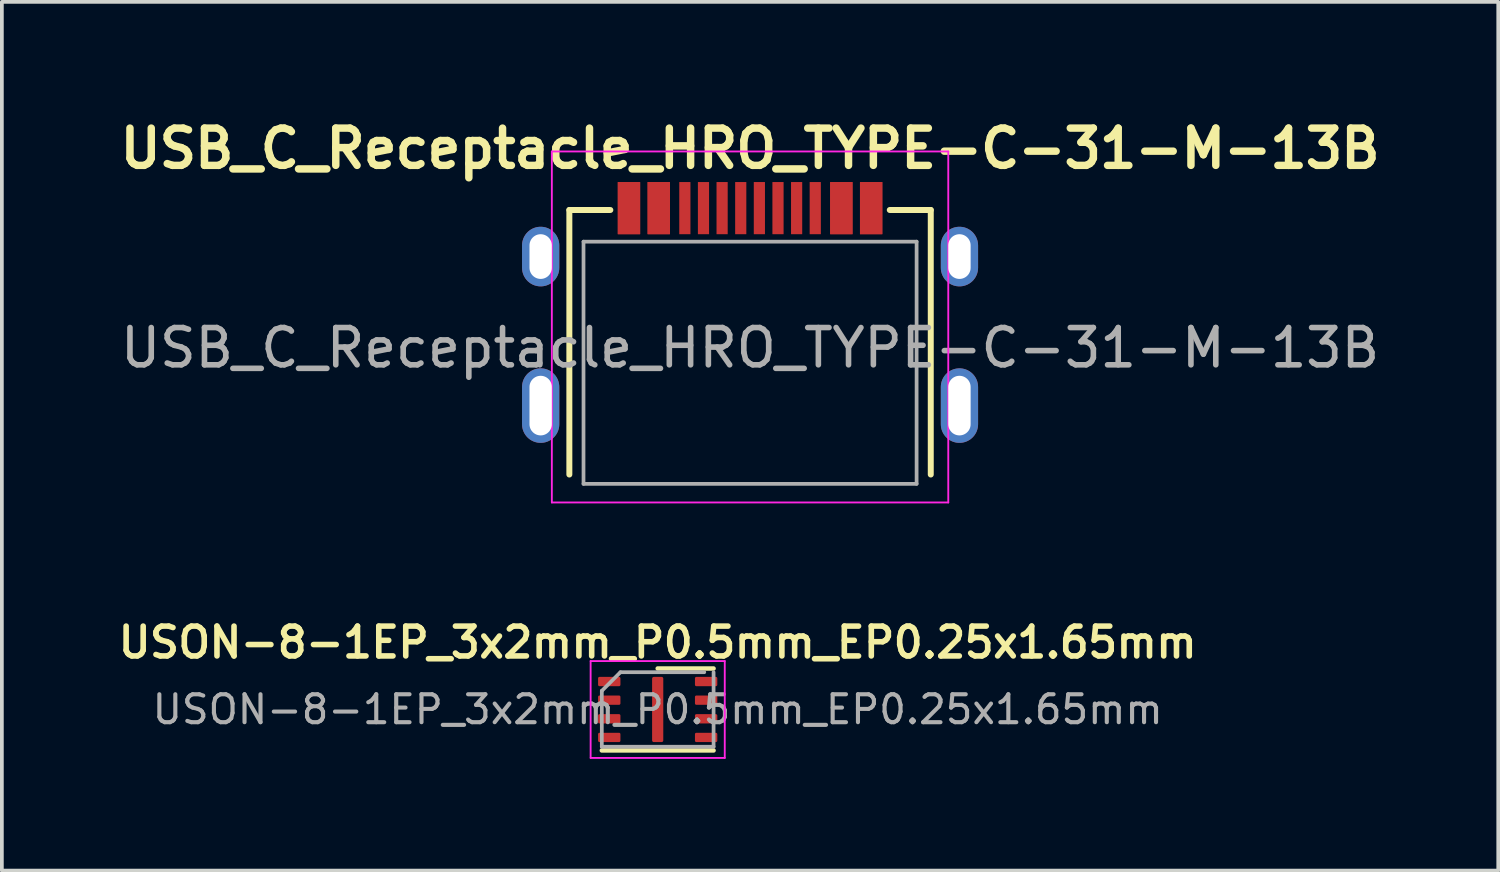
<source format=kicad_pcb>
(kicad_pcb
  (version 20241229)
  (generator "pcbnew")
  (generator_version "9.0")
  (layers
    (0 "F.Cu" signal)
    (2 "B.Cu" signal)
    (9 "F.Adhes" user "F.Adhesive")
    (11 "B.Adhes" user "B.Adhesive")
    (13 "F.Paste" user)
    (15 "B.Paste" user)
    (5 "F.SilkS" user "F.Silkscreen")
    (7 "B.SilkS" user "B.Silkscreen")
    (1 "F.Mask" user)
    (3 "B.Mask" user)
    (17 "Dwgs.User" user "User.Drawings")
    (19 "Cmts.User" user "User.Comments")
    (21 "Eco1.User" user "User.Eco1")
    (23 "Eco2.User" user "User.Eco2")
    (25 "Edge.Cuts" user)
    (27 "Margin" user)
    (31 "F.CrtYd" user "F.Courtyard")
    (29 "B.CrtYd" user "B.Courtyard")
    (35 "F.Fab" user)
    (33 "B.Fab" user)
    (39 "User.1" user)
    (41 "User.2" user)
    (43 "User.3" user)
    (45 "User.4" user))
  (footprint "USON-8-1EP_3x2mm_P0.5mm_EP0.25x1.65mm"
    (layer "F.Cu")
    (at 14.602 15.992)
    (property "Reference" "USON-8-1EP_3x2mm_P0.5mm_EP0.25x1.65mm" (at 0 -1.8 0) (layer "F.SilkS") (effects (font (size 0.8 0.8) (thickness 0.15))))
    (attr smd)
    (fp_line (start -1.5 1.1) (end 1.5 1.1) (stroke (width 0.12) (type solid)) (layer "F.SilkS"))
    (fp_line (start 0 -1.1) (end 1.5 -1.1) (stroke (width 0.12) (type solid)) (layer "F.SilkS"))
    (fp_line (start -1.8 -1.3) (end -1.8 1.3) (stroke (width 0.05) (type solid)) (layer "F.CrtYd"))
    (fp_line (start -1.8 1.3) (end 1.8 1.3) (stroke (width 0.05) (type solid)) (layer "F.CrtYd"))
    (fp_line (start 1.8 -1.3) (end -1.8 -1.3) (stroke (width 0.05) (type solid)) (layer "F.CrtYd"))
    (fp_line (start 1.8 1.3) (end 1.8 -1.3) (stroke (width 0.05) (type solid)) (layer "F.CrtYd"))
    (fp_line (start -1.5 -0.5) (end -1 -1) (stroke (width 0.1) (type solid)) (layer "F.Fab"))
    (fp_line (start -1.5 1) (end -1.5 -0.5) (stroke (width 0.1) (type solid)) (layer "F.Fab"))
    (fp_line (start -1 -1) (end 1.25 -1) (stroke (width 0.1) (type solid)) (layer "F.Fab"))
    (fp_line (start 1.5 -1) (end 1.5 1) (stroke (width 0.1) (type solid)) (layer "F.Fab"))
    (fp_line (start 1.5 1) (end -1.5 1) (stroke (width 0.1) (type solid)) (layer "F.Fab"))
    (fp_text user "${REFERENCE}" (at 0 0 0) (layer "F.Fab") (effects (font (size 0.75 0.75) (thickness 0.11))))
    (pad "1" smd roundrect (at -1.3 -0.75) (size 0.6 0.25) (layers "F.Cu" "F.Mask" "F.Paste") (roundrect_rratio 0.15))
    (pad "2" smd roundrect (at -1.3 -0.25) (size 0.6 0.25) (layers "F.Cu" "F.Mask" "F.Paste") (roundrect_rratio 0.15))
    (pad "3" smd roundrect (at -1.3 0.25) (size 0.6 0.25) (layers "F.Cu" "F.Mask" "F.Paste") (roundrect_rratio 0.15))
    (pad "4" smd roundrect (at -1.3 0.75) (size 0.6 0.25) (layers "F.Cu" "F.Mask" "F.Paste") (roundrect_rratio 0.15))
    (pad "5" smd roundrect (at 1.3 0.75) (size 0.6 0.25) (layers "F.Cu" "F.Mask" "F.Paste") (roundrect_rratio 0.15))
    (pad "6" smd roundrect (at 1.3 0.25) (size 0.6 0.25) (layers "F.Cu" "F.Mask" "F.Paste") (roundrect_rratio 0.15))
    (pad "7" smd roundrect (at 1.3 -0.25) (size 0.6 0.25) (layers "F.Cu" "F.Mask" "F.Paste") (roundrect_rratio 0.15))
    (pad "8" smd roundrect (at 1.3 -0.75) (size 0.6 0.25) (layers "F.Cu" "F.Mask" "F.Paste") (roundrect_rratio 0.15))
    (pad "9" smd roundrect (at 0 0) (size 0.3 1.75) (layers "F.Cu" "F.Mask" "F.Paste") (roundrect_rratio 0.15)))
  (footprint "USB_C_Receptacle_HRO_TYPE-C-31-M-13B"
    (layer "F.Cu")
    (at 17.081 9.936)
    (property "Reference" "USB_C_Receptacle_HRO_TYPE-C-31-M-13B" (at 0 -9 0) (layer "F.SilkS") (effects (font (size 1 1) (thickness 0.2))))
    (attr smd)
    (fp_line (start -4.85 -7.35) (end -4.85 -0.25) (stroke (width 0.16) (type solid)) (layer "F.SilkS"))
    (fp_line (start -4.85 -7.35) (end -3.75 -7.35) (stroke (width 0.16) (type solid)) (layer "F.SilkS"))
    (fp_line (start 4.85 -7.35) (end 3.75 -7.35) (stroke (width 0.16) (type solid)) (layer "F.SilkS"))
    (fp_line (start 4.85 -7.35) (end 4.85 -0.25) (stroke (width 0.16) (type solid)) (layer "F.SilkS"))
    (fp_line (start -4.62 -6.7) (end -4.62 0) (stroke (width 0.05) (type solid)) (layer "Eco1.User"))
    (fp_line (start -4.62 0) (end -6 0) (stroke (width 0.05) (type solid)) (layer "Eco1.User"))
    (fp_line (start -4.22 -6.7) (end 4.22 -6.7) (stroke (width 0.05) (type solid)) (layer "Eco1.User"))
    (fp_line (start 4.62 0) (end 4.62 -6.7) (stroke (width 0.05) (type solid)) (layer "Eco1.User"))
    (fp_line (start 6 0) (end 4.62 0) (stroke (width 0.05) (type solid)) (layer "Eco1.User"))
    (fp_arc (start -4.62 -6.7) (mid -4.42 -6.9) (end -4.22 -6.7) (stroke (width 0.05) (type solid)) (layer "Eco1.User"))
    (fp_arc (start 4.22 -6.7) (mid 4.42 -6.9) (end 4.62 -6.7) (stroke (width 0.05) (type solid)) (layer "Eco1.User"))
    (fp_line (start -5.32 -8.92) (end -5.32 0.5) (stroke (width 0.05) (type solid)) (layer "F.CrtYd"))
    (fp_line (start -5.32 -8.92) (end 5.32 -8.92) (stroke (width 0.05) (type solid)) (layer "F.CrtYd"))
    (fp_line (start -5.32 0.5) (end 5.32 0.5) (stroke (width 0.05) (type solid)) (layer "F.CrtYd"))
    (fp_line (start 5.32 -8.92) (end 5.32 0.5) (stroke (width 0.05) (type solid)) (layer "F.CrtYd"))
    (fp_line (start -4.47 -6.5) (end -4.47 0) (stroke (width 0.1) (type solid)) (layer "F.Fab"))
    (fp_line (start -4.47 -6.5) (end 4.47 -6.5) (stroke (width 0.1) (type solid)) (layer "F.Fab"))
    (fp_line (start -4.47 0) (end 4.47 0) (stroke (width 0.1) (type solid)) (layer "F.Fab"))
    (fp_line (start 4.47 -6.5) (end 4.47 0) (stroke (width 0.1) (type solid)) (layer "F.Fab"))
    (fp_text user "${REFERENCE}" (at 0 -3.65 0) (layer "F.Fab") (effects (font (size 1 1) (thickness 0.15))))
    (pad "A1" smd rect (at -3.25 -7.4) (size 0.6 1.4) (layers "F.Cu" "F.Mask" "F.Paste"))
    (pad "A4" smd rect (at -2.45 -7.4) (size 0.6 1.4) (layers "F.Cu" "F.Mask" "F.Paste"))
    (pad "A5" smd rect (at -1.25 -7.4) (size 0.3 1.4) (layers "F.Cu" "F.Mask" "F.Paste"))
    (pad "A6" smd rect (at -0.25 -7.4) (size 0.3 1.4) (layers "F.Cu" "F.Mask" "F.Paste"))
    (pad "A7" smd rect (at 0.25 -7.4) (size 0.3 1.4) (layers "F.Cu" "F.Mask" "F.Paste"))
    (pad "A8" smd rect (at 1.25 -7.4) (size 0.3 1.4) (layers "F.Cu" "F.Mask" "F.Paste"))
    (pad "A9" smd rect (at 2.45 -7.4) (size 0.6 1.4) (layers "F.Cu" "F.Mask" "F.Paste"))
    (pad "A12" smd rect (at 3.25 -7.4) (size 0.6 1.4) (layers "F.Cu" "F.Mask" "F.Paste"))
    (pad "B1" smd rect (at 3.25 -7.4) (size 0.6 1.4) (layers "F.Cu" "F.Mask" "F.Paste"))
    (pad "B4" smd rect (at 2.45 -7.4) (size 0.6 1.4) (layers "F.Cu" "F.Mask" "F.Paste"))
    (pad "B5" smd rect (at 1.75 -7.4) (size 0.3 1.4) (layers "F.Cu" "F.Mask" "F.Paste"))
    (pad "B6" smd rect (at 0.75 -7.4) (size 0.3 1.4) (layers "F.Cu" "F.Mask" "F.Paste"))
    (pad "B7" smd rect (at -0.75 -7.4) (size 0.3 1.4) (layers "F.Cu" "F.Mask" "F.Paste"))
    (pad "B8" smd rect (at -1.75 -7.4) (size 0.3 1.4) (layers "F.Cu" "F.Mask" "F.Paste"))
    (pad "B9" smd rect (at -2.45 -7.4) (size 0.6 1.4) (layers "F.Cu" "F.Mask" "F.Paste"))
    (pad "B12" smd rect (at -3.25 -7.4) (size 0.6 1.4) (layers "F.Cu" "F.Mask" "F.Paste"))
    (pad "S1" thru_hole oval (at -5.62 -6.1) (size 1 1.6) (drill oval 0.6 1.2) (layers "*.Cu" "*.Mask"))
    (pad "S1" thru_hole oval (at -5.62 -2.1) (size 1 2) (drill oval 0.6 1.6) (layers "*.Cu" "*.Mask"))
    (pad "S1" thru_hole oval (at 5.62 -6.1) (size 1 1.6) (drill oval 0.6 1.2) (layers "*.Cu" "*.Mask"))
    (pad "S1" thru_hole oval (at 5.62 -2.1) (size 1 2) (drill oval 0.6 1.6) (layers "*.Cu" "*.Mask")))
  (gr_rect
    (start -3 -3)
    (end 37.162 20.317)
    (stroke (width 0.1) (type default))
    (fill no)
    (layer "Edge.Cuts")))
</source>
